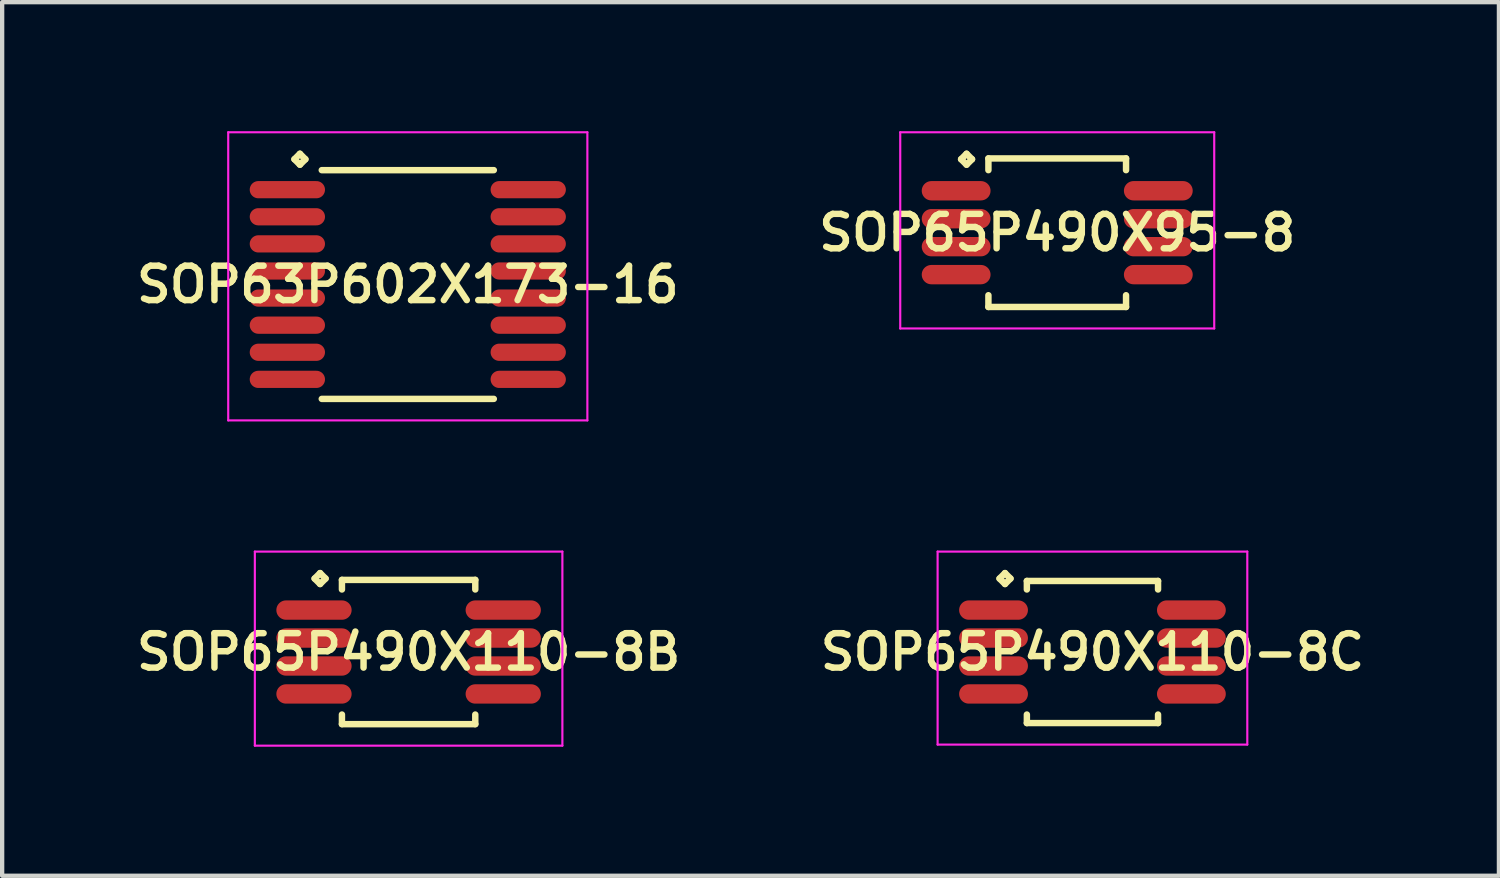
<source format=kicad_pcb>
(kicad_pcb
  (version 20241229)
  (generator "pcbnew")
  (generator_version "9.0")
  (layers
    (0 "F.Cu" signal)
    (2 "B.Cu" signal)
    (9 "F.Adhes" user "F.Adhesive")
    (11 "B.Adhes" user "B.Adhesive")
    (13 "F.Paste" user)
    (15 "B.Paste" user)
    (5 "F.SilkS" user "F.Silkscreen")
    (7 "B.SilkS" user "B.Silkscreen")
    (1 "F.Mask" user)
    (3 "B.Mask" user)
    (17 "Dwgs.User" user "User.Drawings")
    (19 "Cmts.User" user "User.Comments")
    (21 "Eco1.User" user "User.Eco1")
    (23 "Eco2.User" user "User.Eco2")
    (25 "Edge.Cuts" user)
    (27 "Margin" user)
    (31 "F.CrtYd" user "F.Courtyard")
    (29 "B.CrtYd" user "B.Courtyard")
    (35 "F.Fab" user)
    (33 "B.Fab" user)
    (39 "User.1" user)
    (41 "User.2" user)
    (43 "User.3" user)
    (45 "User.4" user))
  (footprint "SOP65P490X110-8C"
    (layer "F.Cu")
    (at 22.349 12.109)
    (property "Reference" "SOP65P490X110-8C" (at 0 0 0) (layer "F.SilkS") (effects (font (size 0.8 0.8) (thickness 0.15))))
    (attr smd)
    (fp_line (start -2.16 -1.708) (end -2.033 -1.835) (stroke (width 0.15) (type solid)) (layer "F.SilkS"))
    (fp_line (start -2.033 -1.835) (end -1.906 -1.708) (stroke (width 0.15) (type solid)) (layer "F.SilkS"))
    (fp_line (start -2.033 -1.581) (end -2.16 -1.708) (stroke (width 0.15) (type solid)) (layer "F.SilkS"))
    (fp_line (start -1.906 -1.708) (end -2.033 -1.581) (stroke (width 0.15) (type solid)) (layer "F.SilkS"))
    (fp_line (start -1.525 -1.652) (end 1.525 -1.652) (stroke (width 0.15) (type solid)) (layer "F.SilkS"))
    (fp_line (start -1.525 -1.454) (end -1.525 -1.652) (stroke (width 0.15) (type solid)) (layer "F.SilkS"))
    (fp_line (start -1.525 1.454) (end -1.525 1.652) (stroke (width 0.15) (type solid)) (layer "F.SilkS"))
    (fp_line (start -1.525 1.652) (end 1.525 1.652) (stroke (width 0.15) (type solid)) (layer "F.SilkS"))
    (fp_line (start 1.525 -1.652) (end 1.525 -1.454) (stroke (width 0.15) (type solid)) (layer "F.SilkS"))
    (fp_line (start 1.525 1.652) (end 1.525 1.454) (stroke (width 0.15) (type solid)) (layer "F.SilkS"))
    (fp_line (start -3.6 -2.335) (end 3.6 -2.335) (stroke (width 0.05) (type solid)) (layer "F.CrtYd"))
    (fp_line (start -3.6 2.152) (end -3.6 -2.335) (stroke (width 0.05) (type solid)) (layer "F.CrtYd"))
    (fp_line (start 3.6 -2.335) (end 3.6 2.152) (stroke (width 0.05) (type solid)) (layer "F.CrtYd"))
    (fp_line (start 3.6 2.152) (end -3.6 2.152) (stroke (width 0.05) (type solid)) (layer "F.CrtYd"))
    (pad "1" smd oval (at -2.3 -0.975) (size 1.6 0.45) (layers "F.Cu" "F.Mask" "F.Paste"))
    (pad "2" smd oval (at -2.3 -0.325) (size 1.6 0.45) (layers "F.Cu" "F.Mask" "F.Paste"))
    (pad "3" smd oval (at -2.3 0.325) (size 1.6 0.45) (layers "F.Cu" "F.Mask" "F.Paste"))
    (pad "4" smd oval (at -2.3 0.975) (size 1.6 0.45) (layers "F.Cu" "F.Mask" "F.Paste"))
    (pad "5" smd oval (at 2.3 0.975) (size 1.6 0.45) (layers "F.Cu" "F.Mask" "F.Paste"))
    (pad "6" smd oval (at 2.3 0.325) (size 1.6 0.45) (layers "F.Cu" "F.Mask" "F.Paste"))
    (pad "7" smd oval (at 2.3 -0.325) (size 1.6 0.45) (layers "F.Cu" "F.Mask" "F.Paste"))
    (pad "8" smd oval (at 2.3 -0.975) (size 1.6 0.45) (layers "F.Cu" "F.Mask" "F.Paste")))
  (footprint "SOP65P490X95-8"
    (layer "F.Cu")
    (at 21.53 2.36)
    (property "Reference" "SOP65P490X95-8" (at 0 0 0) (layer "F.SilkS") (effects (font (size 0.8 0.8) (thickness 0.15))))
    (attr smd)
    (fp_line (start -2.235 -1.708) (end -2.108 -1.835) (stroke (width 0.15) (type solid)) (layer "F.SilkS"))
    (fp_line (start -2.108 -1.835) (end -1.981 -1.708) (stroke (width 0.15) (type solid)) (layer "F.SilkS"))
    (fp_line (start -2.108 -1.581) (end -2.235 -1.708) (stroke (width 0.15) (type solid)) (layer "F.SilkS"))
    (fp_line (start -1.981 -1.708) (end -2.108 -1.581) (stroke (width 0.15) (type solid)) (layer "F.SilkS"))
    (fp_line (start -1.6 -1.727) (end 1.6 -1.727) (stroke (width 0.15) (type solid)) (layer "F.SilkS"))
    (fp_line (start -1.6 -1.454) (end -1.6 -1.727) (stroke (width 0.15) (type solid)) (layer "F.SilkS"))
    (fp_line (start -1.6 1.454) (end -1.6 1.727) (stroke (width 0.15) (type solid)) (layer "F.SilkS"))
    (fp_line (start -1.6 1.727) (end 1.6 1.727) (stroke (width 0.15) (type solid)) (layer "F.SilkS"))
    (fp_line (start 1.6 -1.727) (end 1.6 -1.454) (stroke (width 0.15) (type solid)) (layer "F.SilkS"))
    (fp_line (start 1.6 1.727) (end 1.6 1.454) (stroke (width 0.15) (type solid)) (layer "F.SilkS"))
    (fp_line (start -3.65 -2.335) (end 3.65 -2.335) (stroke (width 0.05) (type solid)) (layer "F.CrtYd"))
    (fp_line (start -3.65 2.227) (end -3.65 -2.335) (stroke (width 0.05) (type solid)) (layer "F.CrtYd"))
    (fp_line (start 3.65 -2.335) (end 3.65 2.227) (stroke (width 0.05) (type solid)) (layer "F.CrtYd"))
    (fp_line (start 3.65 2.227) (end -3.65 2.227) (stroke (width 0.05) (type solid)) (layer "F.CrtYd"))
    (pad "1" smd oval (at -2.35 -0.975) (size 1.6 0.45) (layers "F.Cu" "F.Mask" "F.Paste"))
    (pad "2" smd oval (at -2.35 -0.325) (size 1.6 0.45) (layers "F.Cu" "F.Mask" "F.Paste"))
    (pad "3" smd oval (at -2.35 0.325) (size 1.6 0.45) (layers "F.Cu" "F.Mask" "F.Paste"))
    (pad "4" smd oval (at -2.35 0.975) (size 1.6 0.45) (layers "F.Cu" "F.Mask" "F.Paste"))
    (pad "5" smd oval (at 2.35 0.975) (size 1.6 0.45) (layers "F.Cu" "F.Mask" "F.Paste"))
    (pad "6" smd oval (at 2.35 0.325) (size 1.6 0.45) (layers "F.Cu" "F.Mask" "F.Paste"))
    (pad "7" smd oval (at 2.35 -0.325) (size 1.6 0.45) (layers "F.Cu" "F.Mask" "F.Paste"))
    (pad "8" smd oval (at 2.35 -0.975) (size 1.6 0.45) (layers "F.Cu" "F.Mask" "F.Paste")))
  (footprint "SOP63P602X173-16"
    (layer "F.Cu")
    (at 6.431 3.565)
    (property "Reference" "SOP63P602X173-16" (at 0 0 0) (layer "F.SilkS") (effects (font (size 0.8 0.8) (thickness 0.15))))
    (attr smd)
    (fp_line (start -2.635 -2.913) (end -2.508 -3.04) (stroke (width 0.15) (type solid)) (layer "F.SilkS"))
    (fp_line (start -2.508 -3.04) (end -2.381 -2.913) (stroke (width 0.15) (type solid)) (layer "F.SilkS"))
    (fp_line (start -2.508 -2.786) (end -2.635 -2.913) (stroke (width 0.15) (type solid)) (layer "F.SilkS"))
    (fp_line (start -2.381 -2.913) (end -2.508 -2.786) (stroke (width 0.15) (type solid)) (layer "F.SilkS"))
    (fp_line (start -2 -2.659) (end 2 -2.659) (stroke (width 0.15) (type solid)) (layer "F.SilkS"))
    (fp_line (start -2 2.659) (end 2 2.659) (stroke (width 0.15) (type solid)) (layer "F.SilkS"))
    (fp_line (start -4.175 -3.54) (end 4.175 -3.54) (stroke (width 0.05) (type solid)) (layer "F.CrtYd"))
    (fp_line (start -4.175 3.159) (end -4.175 -3.54) (stroke (width 0.05) (type solid)) (layer "F.CrtYd"))
    (fp_line (start 4.175 -3.54) (end 4.175 3.159) (stroke (width 0.05) (type solid)) (layer "F.CrtYd"))
    (fp_line (start 4.175 3.159) (end -4.175 3.159) (stroke (width 0.05) (type solid)) (layer "F.CrtYd"))
    (pad "1" smd oval (at -2.8 -2.205) (size 1.75 0.4) (layers "F.Cu" "F.Mask" "F.Paste"))
    (pad "2" smd oval (at -2.8 -1.575) (size 1.75 0.4) (layers "F.Cu" "F.Mask" "F.Paste"))
    (pad "3" smd oval (at -2.8 -0.945) (size 1.75 0.4) (layers "F.Cu" "F.Mask" "F.Paste"))
    (pad "4" smd oval (at -2.8 -0.315) (size 1.75 0.4) (layers "F.Cu" "F.Mask" "F.Paste"))
    (pad "5" smd oval (at -2.8 0.315) (size 1.75 0.4) (layers "F.Cu" "F.Mask" "F.Paste"))
    (pad "6" smd oval (at -2.8 0.945) (size 1.75 0.4) (layers "F.Cu" "F.Mask" "F.Paste"))
    (pad "7" smd oval (at -2.8 1.575) (size 1.75 0.4) (layers "F.Cu" "F.Mask" "F.Paste"))
    (pad "8" smd oval (at -2.8 2.205) (size 1.75 0.4) (layers "F.Cu" "F.Mask" "F.Paste"))
    (pad "9" smd oval (at 2.8 2.205) (size 1.75 0.4) (layers "F.Cu" "F.Mask" "F.Paste"))
    (pad "10" smd oval (at 2.8 1.575) (size 1.75 0.4) (layers "F.Cu" "F.Mask" "F.Paste"))
    (pad "11" smd oval (at 2.8 0.945) (size 1.75 0.4) (layers "F.Cu" "F.Mask" "F.Paste"))
    (pad "12" smd oval (at 2.8 0.315) (size 1.75 0.4) (layers "F.Cu" "F.Mask" "F.Paste"))
    (pad "13" smd oval (at 2.8 -0.315) (size 1.75 0.4) (layers "F.Cu" "F.Mask" "F.Paste"))
    (pad "14" smd oval (at 2.8 -0.945) (size 1.75 0.4) (layers "F.Cu" "F.Mask" "F.Paste"))
    (pad "15" smd oval (at 2.8 -1.575) (size 1.75 0.4) (layers "F.Cu" "F.Mask" "F.Paste"))
    (pad "16" smd oval (at 2.8 -2.205) (size 1.75 0.4) (layers "F.Cu" "F.Mask" "F.Paste")))
  (footprint "SOP65P490X110-8B"
    (layer "F.Cu")
    (at 6.45 12.109)
    (property "Reference" "SOP65P490X110-8B" (at 0 0 0) (layer "F.SilkS") (effects (font (size 0.8 0.8) (thickness 0.15))))
    (attr smd)
    (fp_line (start -2.185 -1.708) (end -2.058 -1.835) (stroke (width 0.15) (type solid)) (layer "F.SilkS"))
    (fp_line (start -2.058 -1.835) (end -1.931 -1.708) (stroke (width 0.15) (type solid)) (layer "F.SilkS"))
    (fp_line (start -2.058 -1.581) (end -2.185 -1.708) (stroke (width 0.15) (type solid)) (layer "F.SilkS"))
    (fp_line (start -1.931 -1.708) (end -2.058 -1.581) (stroke (width 0.15) (type solid)) (layer "F.SilkS"))
    (fp_line (start -1.55 -1.677) (end 1.55 -1.677) (stroke (width 0.15) (type solid)) (layer "F.SilkS"))
    (fp_line (start -1.55 -1.454) (end -1.55 -1.677) (stroke (width 0.15) (type solid)) (layer "F.SilkS"))
    (fp_line (start -1.55 1.454) (end -1.55 1.677) (stroke (width 0.15) (type solid)) (layer "F.SilkS"))
    (fp_line (start -1.55 1.677) (end 1.55 1.677) (stroke (width 0.15) (type solid)) (layer "F.SilkS"))
    (fp_line (start 1.55 -1.677) (end 1.55 -1.454) (stroke (width 0.15) (type solid)) (layer "F.SilkS"))
    (fp_line (start 1.55 1.677) (end 1.55 1.454) (stroke (width 0.15) (type solid)) (layer "F.SilkS"))
    (fp_line (start -3.575 -2.335) (end 3.575 -2.335) (stroke (width 0.05) (type solid)) (layer "F.CrtYd"))
    (fp_line (start -3.575 2.177) (end -3.575 -2.335) (stroke (width 0.05) (type solid)) (layer "F.CrtYd"))
    (fp_line (start 3.575 -2.335) (end 3.575 2.177) (stroke (width 0.05) (type solid)) (layer "F.CrtYd"))
    (fp_line (start 3.575 2.177) (end -3.575 2.177) (stroke (width 0.05) (type solid)) (layer "F.CrtYd"))
    (pad "1" smd oval (at -2.2 -0.975) (size 1.75 0.45) (layers "F.Cu" "F.Mask" "F.Paste"))
    (pad "2" smd oval (at -2.2 -0.325) (size 1.75 0.45) (layers "F.Cu" "F.Mask" "F.Paste"))
    (pad "3" smd oval (at -2.2 0.325) (size 1.75 0.45) (layers "F.Cu" "F.Mask" "F.Paste"))
    (pad "4" smd oval (at -2.2 0.975) (size 1.75 0.45) (layers "F.Cu" "F.Mask" "F.Paste"))
    (pad "5" smd oval (at 2.2 0.975) (size 1.75 0.45) (layers "F.Cu" "F.Mask" "F.Paste"))
    (pad "6" smd oval (at 2.2 0.325) (size 1.75 0.45) (layers "F.Cu" "F.Mask" "F.Paste"))
    (pad "7" smd oval (at 2.2 -0.325) (size 1.75 0.45) (layers "F.Cu" "F.Mask" "F.Paste"))
    (pad "8" smd oval (at 2.2 -0.975) (size 1.75 0.45) (layers "F.Cu" "F.Mask" "F.Paste")))
  (gr_rect
    (start -3 -3)
    (end 31.799 17.311)
    (stroke (width 0.1) (type default))
    (fill no)
    (layer "Edge.Cuts")))
</source>
